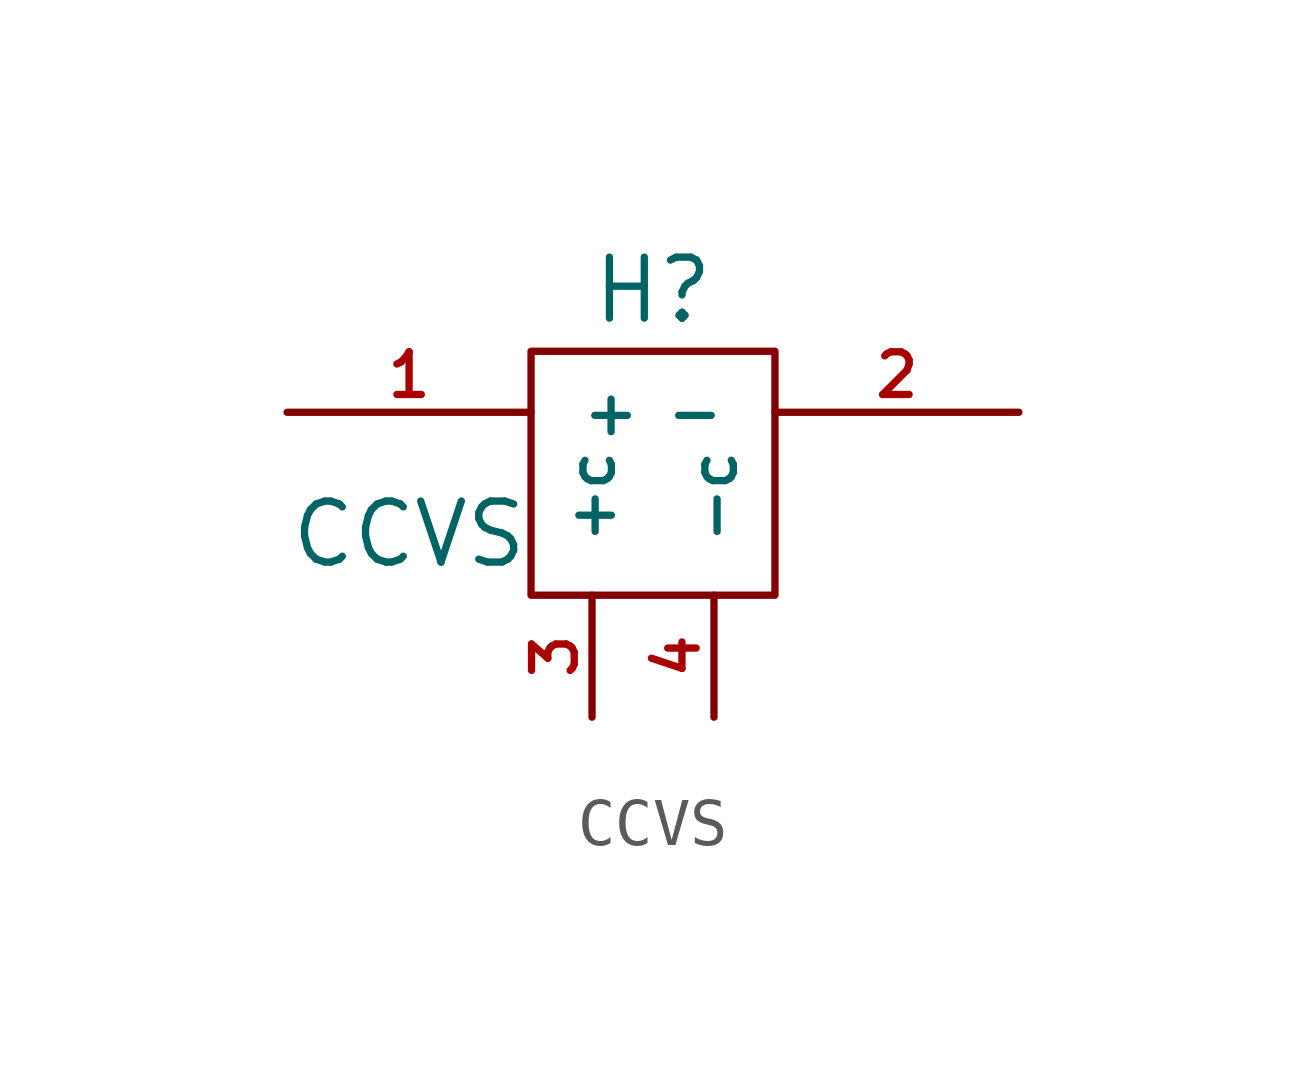
<source format=kicad_sym>
(kicad_symbol_lib
  (version 20211014)
  (generator kicad_symbol_editor)
  (symbol "CCVS"
    (pin_names
      (offset 1.016))
    (property "Reference" "H"
      (at 0 3.81 0)
      (effects (font (size 1.27 1.27))))
    (property "Value" "CCVS"
      (at -5.08 -1.27 0)
      (effects (font (size 1.27 1.27))))
    (property "Footprint" ""
      (at 0 0 0)
      (effects (font (size 1.524 1.524))))
    (property "Datasheet" ""
      (at 0 0 0)
      (effects (font (size 1.524 1.524))))
    (symbol "CCVS_0_1"
      (rectangle (start -2.54 2.54) (end 2.54 -2.54) (stroke (width 0) (type default) (color 0 0 0 0)) (fill (type none))))
    (symbol "CCVS_1_1"
      (pin passive line (at -7.62 1.27 0) (length 5.08) (name "+" (effects (font (size 0.889 0.889)))) (number "1" (effects (font (size 0.889 0.889)))))
      (pin passive line (at 7.62 1.27 180) (length 5.08) (name "-" (effects (font (size 0.889 0.889)))) (number "2" (effects (font (size 0.889 0.889)))))
      (pin passive line (at -1.27 -5.08 90) (length 2.54) (name "+c" (effects (font (size 0.889 0.889)))) (number "3" (effects (font (size 0.889 0.889)))))
      (pin passive line (at 1.27 -5.08 90) (length 2.54) (name "-c" (effects (font (size 0.889 0.889)))) (number "4" (effects (font (size 0.889 0.889))))))))
</source>
